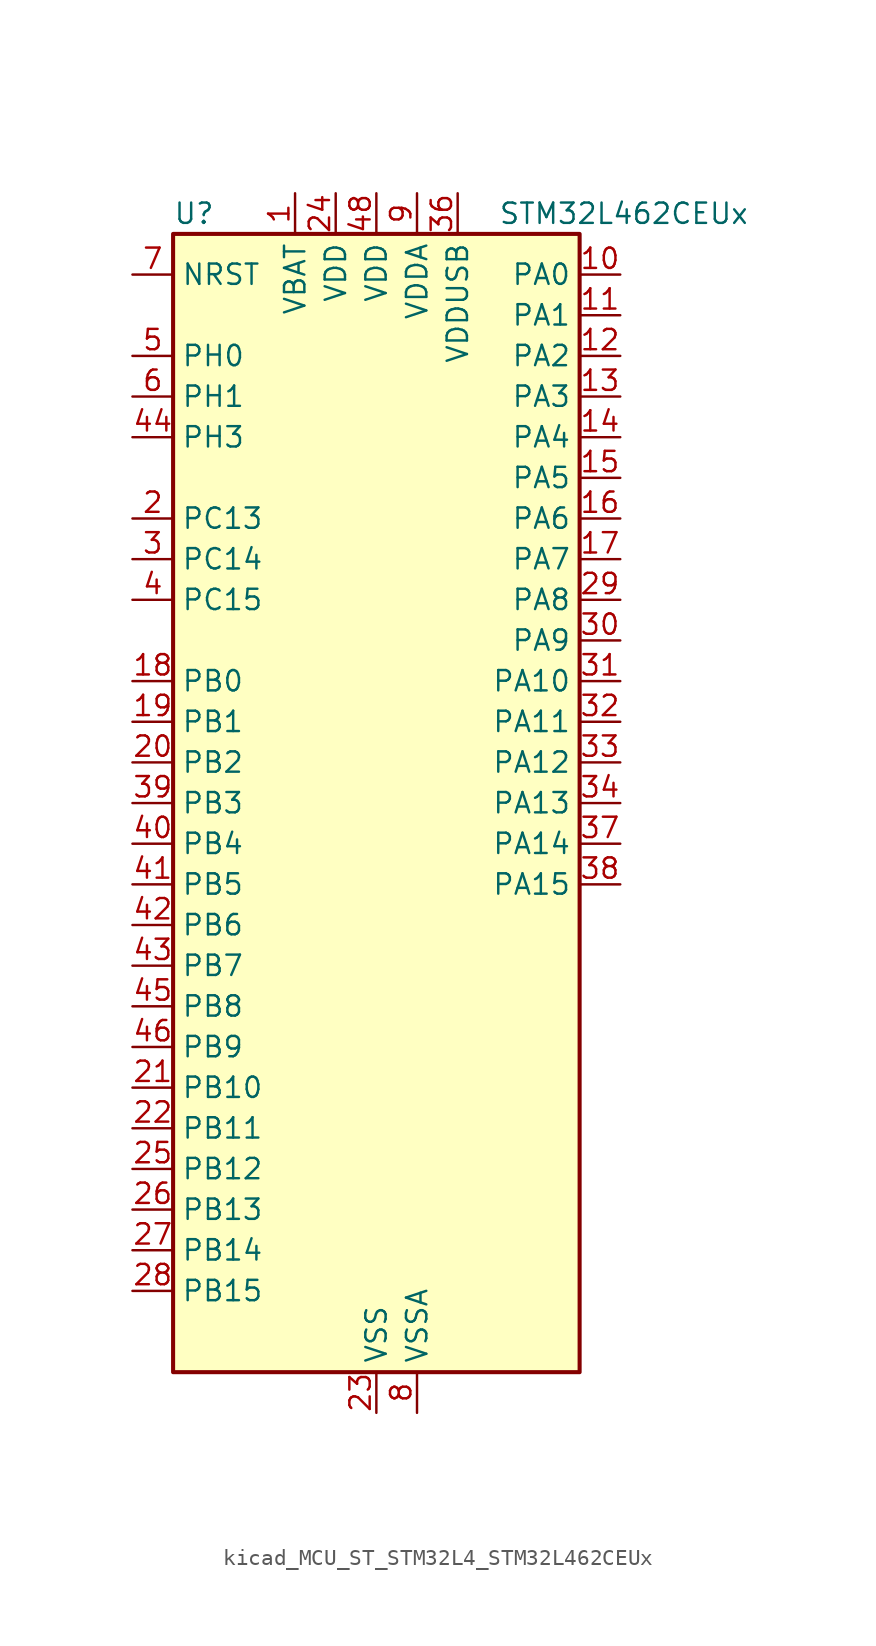
<source format=kicad_sym>
(kicad_symbol_lib
  (version 20220914)
  (generator kicad_symbol_editor)
  (symbol "kicad_MCU_ST_STM32L4_STM32L462CEUx"
    (property "Reference" "U"
      (at -12.7 36.83 0)
      (effects (font (size 1.27 1.27)) (justify left)))
    (property "Value" "STM32L462CEUx"
      (at 7.62 36.83 0)
      (effects (font (size 1.27 1.27)) (justify left)))
    (property "ki_locked" ""
      (at 0 0 0)
      (effects (font (size 1.27 1.27))))
    (symbol "kicad_MCU_ST_STM32L4_STM32L462CEUx_0_1"
      (rectangle (start -12.7 -35.56) (end 12.7 35.56) (stroke (width 0.254) (type default)) (fill (type background))))
    (symbol "kicad_MCU_ST_STM32L4_STM32L462CEUx_1_1"
      (pin power_in line (at -5.08 38.1 270) (length 2.54) (name "VBAT" (effects (font (size 1.27 1.27)))) (number "1" (effects (font (size 1.27 1.27)))))
      (pin bidirectional line (at 15.24 33.02 180) (length 2.54) (name "PA0" (effects (font (size 1.27 1.27)))) (number "10" (effects (font (size 1.27 1.27)))) (alternate "ADC1_IN5" bidirectional line) (alternate "COMP1_INM" bidirectional line) (alternate "COMP1_OUT" bidirectional line) (alternate "OPAMP1_VINP" bidirectional line) (alternate "RTC_TAMP2" bidirectional line) (alternate "SAI1_EXTCLK" bidirectional line) (alternate "SYS_WKUP1" bidirectional line) (alternate "TIM2_CH1" bidirectional line) (alternate "TIM2_ETR" bidirectional line) (alternate "UART4_TX" bidirectional line) (alternate "USART2_CTS" bidirectional line))
      (pin bidirectional line (at 15.24 30.48 180) (length 2.54) (name "PA1" (effects (font (size 1.27 1.27)))) (number "11" (effects (font (size 1.27 1.27)))) (alternate "ADC1_IN6" bidirectional line) (alternate "COMP1_INP" bidirectional line) (alternate "I2C1_SMBA" bidirectional line) (alternate "OPAMP1_VINM" bidirectional line) (alternate "SPI1_SCK" bidirectional line) (alternate "TIM15_CH1N" bidirectional line) (alternate "TIM2_CH2" bidirectional line) (alternate "UART4_RX" bidirectional line) (alternate "USART2_DE" bidirectional line) (alternate "USART2_RTS" bidirectional line))
      (pin bidirectional line (at 15.24 27.94 180) (length 2.54) (name "PA2" (effects (font (size 1.27 1.27)))) (number "12" (effects (font (size 1.27 1.27)))) (alternate "ADC1_IN7" bidirectional line) (alternate "COMP2_INM" bidirectional line) (alternate "COMP2_OUT" bidirectional line) (alternate "LPUART1_TX" bidirectional line) (alternate "QUADSPI_BK1_NCS" bidirectional line) (alternate "RCC_LSCO" bidirectional line) (alternate "SYS_WKUP4" bidirectional line) (alternate "TIM15_CH1" bidirectional line) (alternate "TIM2_CH3" bidirectional line) (alternate "USART2_TX" bidirectional line))
      (pin bidirectional line (at 15.24 25.4 180) (length 2.54) (name "PA3" (effects (font (size 1.27 1.27)))) (number "13" (effects (font (size 1.27 1.27)))) (alternate "ADC1_IN8" bidirectional line) (alternate "COMP2_INP" bidirectional line) (alternate "LPUART1_RX" bidirectional line) (alternate "OPAMP1_VOUT" bidirectional line) (alternate "QUADSPI_CLK" bidirectional line) (alternate "SAI1_MCLK_A" bidirectional line) (alternate "TIM15_CH2" bidirectional line) (alternate "TIM2_CH4" bidirectional line) (alternate "USART2_RX" bidirectional line))
      (pin bidirectional line (at 15.24 22.86 180) (length 2.54) (name "PA4" (effects (font (size 1.27 1.27)))) (number "14" (effects (font (size 1.27 1.27)))) (alternate "ADC1_IN9" bidirectional line) (alternate "COMP1_INM" bidirectional line) (alternate "COMP2_INM" bidirectional line) (alternate "DAC1_OUT1" bidirectional line) (alternate "LPTIM2_OUT" bidirectional line) (alternate "SAI1_FS_B" bidirectional line) (alternate "SPI1_NSS" bidirectional line) (alternate "SPI3_NSS" bidirectional line) (alternate "USART2_CK" bidirectional line))
      (pin bidirectional line (at 15.24 20.32 180) (length 2.54) (name "PA5" (effects (font (size 1.27 1.27)))) (number "15" (effects (font (size 1.27 1.27)))) (alternate "ADC1_IN10" bidirectional line) (alternate "COMP1_INM" bidirectional line) (alternate "COMP2_INM" bidirectional line) (alternate "DFSDM1_CKOUT" bidirectional line) (alternate "LPTIM2_ETR" bidirectional line) (alternate "SPI1_SCK" bidirectional line) (alternate "TIM2_CH1" bidirectional line) (alternate "TIM2_ETR" bidirectional line))
      (pin bidirectional line (at 15.24 17.78 180) (length 2.54) (name "PA6" (effects (font (size 1.27 1.27)))) (number "16" (effects (font (size 1.27 1.27)))) (alternate "ADC1_IN11" bidirectional line) (alternate "COMP1_OUT" bidirectional line) (alternate "LPUART1_CTS" bidirectional line) (alternate "QUADSPI_BK1_IO3" bidirectional line) (alternate "SPI1_MISO" bidirectional line) (alternate "TIM16_CH1" bidirectional line) (alternate "TIM1_BKIN" bidirectional line) (alternate "TIM1_BKIN_COMP2" bidirectional line) (alternate "TIM3_CH1" bidirectional line) (alternate "USART3_CTS" bidirectional line))
      (pin bidirectional line (at 15.24 15.24 180) (length 2.54) (name "PA7" (effects (font (size 1.27 1.27)))) (number "17" (effects (font (size 1.27 1.27)))) (alternate "ADC1_IN12" bidirectional line) (alternate "COMP2_OUT" bidirectional line) (alternate "DFSDM1_DATIN0" bidirectional line) (alternate "I2C3_SCL" bidirectional line) (alternate "QUADSPI_BK1_IO2" bidirectional line) (alternate "SPI1_MOSI" bidirectional line) (alternate "TIM1_CH1N" bidirectional line) (alternate "TIM3_CH2" bidirectional line))
      (pin bidirectional line (at -15.24 7.62 0) (length 2.54) (name "PB0" (effects (font (size 1.27 1.27)))) (number "18" (effects (font (size 1.27 1.27)))) (alternate "ADC1_IN15" bidirectional line) (alternate "COMP1_OUT" bidirectional line) (alternate "DFSDM1_CKIN0" bidirectional line) (alternate "QUADSPI_BK1_IO1" bidirectional line) (alternate "SAI1_EXTCLK" bidirectional line) (alternate "SPI1_NSS" bidirectional line) (alternate "TIM1_CH2N" bidirectional line) (alternate "TIM3_CH3" bidirectional line) (alternate "USART3_CK" bidirectional line))
      (pin bidirectional line (at -15.24 5.08 0) (length 2.54) (name "PB1" (effects (font (size 1.27 1.27)))) (number "19" (effects (font (size 1.27 1.27)))) (alternate "ADC1_IN16" bidirectional line) (alternate "COMP1_INM" bidirectional line) (alternate "DFSDM1_DATIN0" bidirectional line) (alternate "LPTIM2_IN1" bidirectional line) (alternate "LPUART1_DE" bidirectional line) (alternate "LPUART1_RTS" bidirectional line) (alternate "QUADSPI_BK1_IO0" bidirectional line) (alternate "TIM1_CH3N" bidirectional line) (alternate "TIM3_CH4" bidirectional line) (alternate "USART3_DE" bidirectional line) (alternate "USART3_RTS" bidirectional line))
      (pin bidirectional line (at -15.24 17.78 0) (length 2.54) (name "PC13" (effects (font (size 1.27 1.27)))) (number "2" (effects (font (size 1.27 1.27)))) (alternate "RTC_OUT_ALARM" bidirectional line) (alternate "RTC_OUT_CALIB" bidirectional line) (alternate "RTC_TAMP1" bidirectional line) (alternate "RTC_TS" bidirectional line) (alternate "SYS_WKUP2" bidirectional line))
      (pin bidirectional line (at -15.24 2.54 0) (length 2.54) (name "PB2" (effects (font (size 1.27 1.27)))) (number "20" (effects (font (size 1.27 1.27)))) (alternate "COMP1_INP" bidirectional line) (alternate "DFSDM1_CKIN0" bidirectional line) (alternate "I2C3_SMBA" bidirectional line) (alternate "LPTIM1_OUT" bidirectional line) (alternate "RTC_OUT_ALARM" bidirectional line) (alternate "RTC_OUT_CALIB" bidirectional line))
      (pin bidirectional line (at -15.24 -17.78 0) (length 2.54) (name "PB10" (effects (font (size 1.27 1.27)))) (number "21" (effects (font (size 1.27 1.27)))) (alternate "COMP1_OUT" bidirectional line) (alternate "I2C2_SCL" bidirectional line) (alternate "I2C4_SCL" bidirectional line) (alternate "LPUART1_RX" bidirectional line) (alternate "QUADSPI_CLK" bidirectional line) (alternate "SAI1_SCK_A" bidirectional line) (alternate "SPI2_SCK" bidirectional line) (alternate "TIM2_CH3" bidirectional line) (alternate "TSC_SYNC" bidirectional line) (alternate "USART3_TX" bidirectional line))
      (pin bidirectional line (at -15.24 -20.32 0) (length 2.54) (name "PB11" (effects (font (size 1.27 1.27)))) (number "22" (effects (font (size 1.27 1.27)))) (alternate "ADC1_EXTI11" bidirectional line) (alternate "COMP2_OUT" bidirectional line) (alternate "I2C2_SDA" bidirectional line) (alternate "I2C4_SDA" bidirectional line) (alternate "LPUART1_TX" bidirectional line) (alternate "QUADSPI_BK1_NCS" bidirectional line) (alternate "TIM2_CH4" bidirectional line) (alternate "USART3_RX" bidirectional line))
      (pin power_in line (at 0 -38.1 90) (length 2.54) (name "VSS" (effects (font (size 1.27 1.27)))) (number "23" (effects (font (size 1.27 1.27)))))
      (pin power_in line (at -2.54 38.1 270) (length 2.54) (name "VDD" (effects (font (size 1.27 1.27)))) (number "24" (effects (font (size 1.27 1.27)))))
      (pin bidirectional line (at -15.24 -22.86 0) (length 2.54) (name "PB12" (effects (font (size 1.27 1.27)))) (number "25" (effects (font (size 1.27 1.27)))) (alternate "CAN1_RX" bidirectional line) (alternate "DFSDM1_DATIN1" bidirectional line) (alternate "I2C2_SMBA" bidirectional line) (alternate "LPUART1_DE" bidirectional line) (alternate "LPUART1_RTS" bidirectional line) (alternate "SAI1_FS_A" bidirectional line) (alternate "SPI2_NSS" bidirectional line) (alternate "TIM15_BKIN" bidirectional line) (alternate "TIM1_BKIN" bidirectional line) (alternate "TIM1_BKIN_COMP2" bidirectional line) (alternate "TSC_G1_IO1" bidirectional line) (alternate "USART3_CK" bidirectional line))
      (pin bidirectional line (at -15.24 -25.4 0) (length 2.54) (name "PB13" (effects (font (size 1.27 1.27)))) (number "26" (effects (font (size 1.27 1.27)))) (alternate "CAN1_TX" bidirectional line) (alternate "DFSDM1_CKIN1" bidirectional line) (alternate "I2C2_SCL" bidirectional line) (alternate "LPUART1_CTS" bidirectional line) (alternate "SAI1_SCK_A" bidirectional line) (alternate "SPI2_SCK" bidirectional line) (alternate "TIM15_CH1N" bidirectional line) (alternate "TIM1_CH1N" bidirectional line) (alternate "TSC_G1_IO2" bidirectional line) (alternate "USART3_CTS" bidirectional line))
      (pin bidirectional line (at -15.24 -27.94 0) (length 2.54) (name "PB14" (effects (font (size 1.27 1.27)))) (number "27" (effects (font (size 1.27 1.27)))) (alternate "DFSDM1_DATIN2" bidirectional line) (alternate "I2C2_SDA" bidirectional line) (alternate "SAI1_MCLK_A" bidirectional line) (alternate "SPI2_MISO" bidirectional line) (alternate "TIM15_CH1" bidirectional line) (alternate "TIM1_CH2N" bidirectional line) (alternate "TSC_G1_IO3" bidirectional line) (alternate "USART3_DE" bidirectional line) (alternate "USART3_RTS" bidirectional line))
      (pin bidirectional line (at -15.24 -30.48 0) (length 2.54) (name "PB15" (effects (font (size 1.27 1.27)))) (number "28" (effects (font (size 1.27 1.27)))) (alternate "ADC1_EXTI15" bidirectional line) (alternate "DFSDM1_CKIN2" bidirectional line) (alternate "RTC_REFIN" bidirectional line) (alternate "SAI1_SD_A" bidirectional line) (alternate "SPI2_MOSI" bidirectional line) (alternate "TIM15_CH2" bidirectional line) (alternate "TIM1_CH3N" bidirectional line) (alternate "TSC_G1_IO4" bidirectional line))
      (pin bidirectional line (at 15.24 12.7 180) (length 2.54) (name "PA8" (effects (font (size 1.27 1.27)))) (number "29" (effects (font (size 1.27 1.27)))) (alternate "DFSDM1_CKIN1" bidirectional line) (alternate "LPTIM2_OUT" bidirectional line) (alternate "RCC_MCO" bidirectional line) (alternate "SAI1_SCK_A" bidirectional line) (alternate "TIM1_CH1" bidirectional line) (alternate "USART1_CK" bidirectional line))
      (pin bidirectional line (at -15.24 15.24 0) (length 2.54) (name "PC14" (effects (font (size 1.27 1.27)))) (number "3" (effects (font (size 1.27 1.27)))) (alternate "RCC_OSC32_IN" bidirectional line))
      (pin bidirectional line (at 15.24 10.16 180) (length 2.54) (name "PA9" (effects (font (size 1.27 1.27)))) (number "30" (effects (font (size 1.27 1.27)))) (alternate "DAC1_EXTI9" bidirectional line) (alternate "DFSDM1_DATIN1" bidirectional line) (alternate "I2C1_SCL" bidirectional line) (alternate "SAI1_FS_A" bidirectional line) (alternate "TIM15_BKIN" bidirectional line) (alternate "TIM1_CH2" bidirectional line) (alternate "USART1_TX" bidirectional line))
      (pin bidirectional line (at 15.24 7.62 180) (length 2.54) (name "PA10" (effects (font (size 1.27 1.27)))) (number "31" (effects (font (size 1.27 1.27)))) (alternate "CRS_SYNC" bidirectional line) (alternate "I2C1_SDA" bidirectional line) (alternate "SAI1_SD_A" bidirectional line) (alternate "TIM1_CH3" bidirectional line) (alternate "USART1_RX" bidirectional line))
      (pin bidirectional line (at 15.24 5.08 180) (length 2.54) (name "PA11" (effects (font (size 1.27 1.27)))) (number "32" (effects (font (size 1.27 1.27)))) (alternate "ADC1_EXTI11" bidirectional line) (alternate "CAN1_RX" bidirectional line) (alternate "COMP1_OUT" bidirectional line) (alternate "SPI1_MISO" bidirectional line) (alternate "TIM1_BKIN2" bidirectional line) (alternate "TIM1_BKIN2_COMP1" bidirectional line) (alternate "TIM1_CH4" bidirectional line) (alternate "USART1_CTS" bidirectional line) (alternate "USB_DM" bidirectional line))
      (pin bidirectional line (at 15.24 2.54 180) (length 2.54) (name "PA12" (effects (font (size 1.27 1.27)))) (number "33" (effects (font (size 1.27 1.27)))) (alternate "CAN1_TX" bidirectional line) (alternate "SPI1_MOSI" bidirectional line) (alternate "TIM1_ETR" bidirectional line) (alternate "USART1_DE" bidirectional line) (alternate "USART1_RTS" bidirectional line) (alternate "USB_DP" bidirectional line))
      (pin bidirectional line (at 15.24 0 180) (length 2.54) (name "PA13" (effects (font (size 1.27 1.27)))) (number "34" (effects (font (size 1.27 1.27)))) (alternate "IR_OUT" bidirectional line) (alternate "SAI1_SD_B" bidirectional line) (alternate "SYS_JTMS-SWDIO" bidirectional line) (alternate "USB_NOE" bidirectional line))
      (pin passive line (at 0 -38.1 90) (length 2.54) hide (name "VSS" (effects (font (size 1.27 1.27)))) (number "35" (effects (font (size 1.27 1.27)))))
      (pin power_in line (at 5.08 38.1 270) (length 2.54) (name "VDDUSB" (effects (font (size 1.27 1.27)))) (number "36" (effects (font (size 1.27 1.27)))))
      (pin bidirectional line (at 15.24 -2.54 180) (length 2.54) (name "PA14" (effects (font (size 1.27 1.27)))) (number "37" (effects (font (size 1.27 1.27)))) (alternate "I2C1_SMBA" bidirectional line) (alternate "I2C4_SMBA" bidirectional line) (alternate "LPTIM1_OUT" bidirectional line) (alternate "SAI1_FS_B" bidirectional line) (alternate "SYS_JTCK-SWCLK" bidirectional line))
      (pin bidirectional line (at 15.24 -5.08 180) (length 2.54) (name "PA15" (effects (font (size 1.27 1.27)))) (number "38" (effects (font (size 1.27 1.27)))) (alternate "ADC1_EXTI15" bidirectional line) (alternate "SPI1_NSS" bidirectional line) (alternate "SPI3_NSS" bidirectional line) (alternate "SYS_JTDI" bidirectional line) (alternate "TIM2_CH1" bidirectional line) (alternate "TIM2_ETR" bidirectional line) (alternate "UART4_DE" bidirectional line) (alternate "UART4_RTS" bidirectional line) (alternate "USART2_RX" bidirectional line) (alternate "USART3_DE" bidirectional line) (alternate "USART3_RTS" bidirectional line))
      (pin bidirectional line (at -15.24 0 0) (length 2.54) (name "PB3" (effects (font (size 1.27 1.27)))) (number "39" (effects (font (size 1.27 1.27)))) (alternate "COMP2_INM" bidirectional line) (alternate "SAI1_SCK_B" bidirectional line) (alternate "SPI1_SCK" bidirectional line) (alternate "SPI3_SCK" bidirectional line) (alternate "SYS_JTDO-SWO" bidirectional line) (alternate "TIM2_CH2" bidirectional line) (alternate "USART1_DE" bidirectional line) (alternate "USART1_RTS" bidirectional line))
      (pin bidirectional line (at -15.24 12.7 0) (length 2.54) (name "PC15" (effects (font (size 1.27 1.27)))) (number "4" (effects (font (size 1.27 1.27)))) (alternate "ADC1_EXTI15" bidirectional line) (alternate "RCC_OSC32_OUT" bidirectional line))
      (pin bidirectional line (at -15.24 -2.54 0) (length 2.54) (name "PB4" (effects (font (size 1.27 1.27)))) (number "40" (effects (font (size 1.27 1.27)))) (alternate "COMP2_INP" bidirectional line) (alternate "I2C3_SDA" bidirectional line) (alternate "SAI1_MCLK_B" bidirectional line) (alternate "SPI1_MISO" bidirectional line) (alternate "SPI3_MISO" bidirectional line) (alternate "SYS_JTRST" bidirectional line) (alternate "TIM3_CH1" bidirectional line) (alternate "TSC_G2_IO1" bidirectional line) (alternate "USART1_CTS" bidirectional line))
      (pin bidirectional line (at -15.24 -5.08 0) (length 2.54) (name "PB5" (effects (font (size 1.27 1.27)))) (number "41" (effects (font (size 1.27 1.27)))) (alternate "CAN1_RX" bidirectional line) (alternate "COMP2_OUT" bidirectional line) (alternate "I2C1_SMBA" bidirectional line) (alternate "LPTIM1_IN1" bidirectional line) (alternate "SAI1_SD_B" bidirectional line) (alternate "SPI1_MOSI" bidirectional line) (alternate "SPI3_MOSI" bidirectional line) (alternate "TIM16_BKIN" bidirectional line) (alternate "TIM3_CH2" bidirectional line) (alternate "TSC_G2_IO2" bidirectional line) (alternate "USART1_CK" bidirectional line))
      (pin bidirectional line (at -15.24 -7.62 0) (length 2.54) (name "PB6" (effects (font (size 1.27 1.27)))) (number "42" (effects (font (size 1.27 1.27)))) (alternate "CAN1_TX" bidirectional line) (alternate "COMP2_INP" bidirectional line) (alternate "I2C1_SCL" bidirectional line) (alternate "I2C4_SCL" bidirectional line) (alternate "LPTIM1_ETR" bidirectional line) (alternate "SAI1_FS_B" bidirectional line) (alternate "TIM16_CH1N" bidirectional line) (alternate "TSC_G2_IO3" bidirectional line) (alternate "USART1_TX" bidirectional line))
      (pin bidirectional line (at -15.24 -10.16 0) (length 2.54) (name "PB7" (effects (font (size 1.27 1.27)))) (number "43" (effects (font (size 1.27 1.27)))) (alternate "COMP2_INM" bidirectional line) (alternate "I2C1_SDA" bidirectional line) (alternate "I2C4_SDA" bidirectional line) (alternate "LPTIM1_IN2" bidirectional line) (alternate "SYS_PVD_IN" bidirectional line) (alternate "TSC_G2_IO4" bidirectional line) (alternate "UART4_CTS" bidirectional line) (alternate "USART1_RX" bidirectional line))
      (pin bidirectional line (at -15.24 22.86 0) (length 2.54) (name "PH3" (effects (font (size 1.27 1.27)))) (number "44" (effects (font (size 1.27 1.27)))))
      (pin bidirectional line (at -15.24 -12.7 0) (length 2.54) (name "PB8" (effects (font (size 1.27 1.27)))) (number "45" (effects (font (size 1.27 1.27)))) (alternate "CAN1_RX" bidirectional line) (alternate "I2C1_SCL" bidirectional line) (alternate "SAI1_MCLK_A" bidirectional line) (alternate "TIM16_CH1" bidirectional line))
      (pin bidirectional line (at -15.24 -15.24 0) (length 2.54) (name "PB9" (effects (font (size 1.27 1.27)))) (number "46" (effects (font (size 1.27 1.27)))) (alternate "CAN1_TX" bidirectional line) (alternate "DAC1_EXTI9" bidirectional line) (alternate "I2C1_SDA" bidirectional line) (alternate "IR_OUT" bidirectional line) (alternate "SAI1_FS_A" bidirectional line) (alternate "SPI2_NSS" bidirectional line))
      (pin passive line (at 0 -38.1 90) (length 2.54) hide (name "VSS" (effects (font (size 1.27 1.27)))) (number "47" (effects (font (size 1.27 1.27)))))
      (pin power_in line (at 0 38.1 270) (length 2.54) (name "VDD" (effects (font (size 1.27 1.27)))) (number "48" (effects (font (size 1.27 1.27)))))
      (pin passive line (at 0 -38.1 90) (length 2.54) hide (name "VSS" (effects (font (size 1.27 1.27)))) (number "49" (effects (font (size 1.27 1.27)))))
      (pin bidirectional line (at -15.24 27.94 0) (length 2.54) (name "PH0" (effects (font (size 1.27 1.27)))) (number "5" (effects (font (size 1.27 1.27)))) (alternate "RCC_OSC_IN" bidirectional line))
      (pin bidirectional line (at -15.24 25.4 0) (length 2.54) (name "PH1" (effects (font (size 1.27 1.27)))) (number "6" (effects (font (size 1.27 1.27)))) (alternate "RCC_OSC_OUT" bidirectional line))
      (pin input line (at -15.24 33.02 0) (length 2.54) (name "NRST" (effects (font (size 1.27 1.27)))) (number "7" (effects (font (size 1.27 1.27)))))
      (pin power_in line (at 2.54 -38.1 90) (length 2.54) (name "VSSA" (effects (font (size 1.27 1.27)))) (number "8" (effects (font (size 1.27 1.27)))))
      (pin power_in line (at 2.54 38.1 270) (length 2.54) (name "VDDA" (effects (font (size 1.27 1.27)))) (number "9" (effects (font (size 1.27 1.27))))))))
</source>
